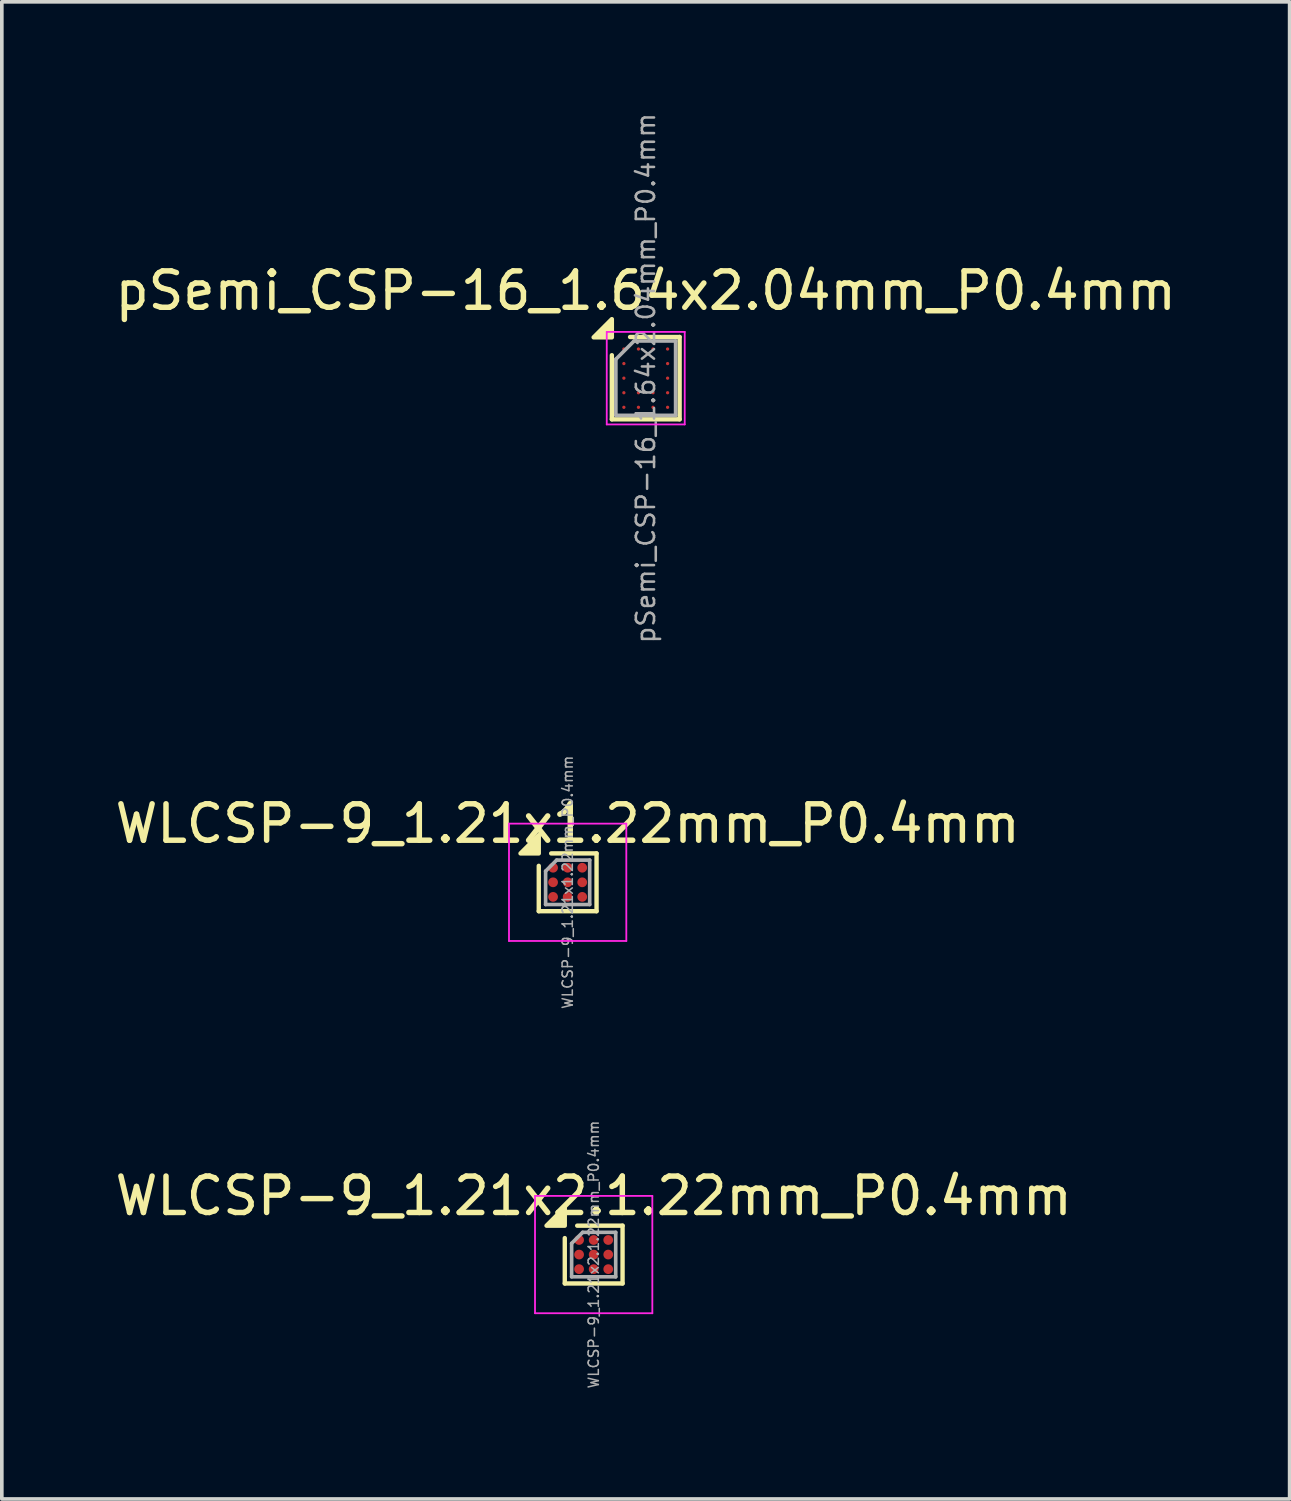
<source format=kicad_pcb>
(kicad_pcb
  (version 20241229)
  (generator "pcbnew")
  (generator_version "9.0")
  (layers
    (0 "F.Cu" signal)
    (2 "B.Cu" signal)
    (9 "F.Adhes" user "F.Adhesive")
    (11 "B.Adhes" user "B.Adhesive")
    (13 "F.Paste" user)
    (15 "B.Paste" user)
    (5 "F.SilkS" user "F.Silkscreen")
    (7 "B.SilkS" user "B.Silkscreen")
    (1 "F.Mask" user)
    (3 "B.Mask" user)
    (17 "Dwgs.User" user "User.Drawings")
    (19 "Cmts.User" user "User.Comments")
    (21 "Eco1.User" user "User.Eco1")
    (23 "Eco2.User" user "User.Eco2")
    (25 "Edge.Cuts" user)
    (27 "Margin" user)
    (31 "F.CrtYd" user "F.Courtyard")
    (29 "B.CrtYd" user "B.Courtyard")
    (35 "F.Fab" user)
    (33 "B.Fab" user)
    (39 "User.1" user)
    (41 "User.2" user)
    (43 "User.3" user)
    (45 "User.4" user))
  (footprint "pSemi_CSP-16_1.64x2.04mm_P0.4mm"
    (layer "F.Cu")
    (at 14.673 7.329)
    (property "Reference" "pSemi_CSP-16_1.64x2.04mm_P0.4mm" (at 0 -2.4 0) (layer "F.SilkS") (effects (font (size 1 1) (thickness 0.15))))
    (attr smd)
    (fp_line (start -0.93 -0.63) (end -0.93 1.13) (stroke (width 0.12) (type solid)) (layer "F.SilkS"))
    (fp_line (start 0.93 -1.13) (end -0.43 -1.13) (stroke (width 0.12) (type solid)) (layer "F.SilkS"))
    (fp_line (start 0.93 -1.13) (end 0.93 1.13) (stroke (width 0.12) (type solid)) (layer "F.SilkS"))
    (fp_line (start 0.93 1.13) (end -0.93 1.13) (stroke (width 0.12) (type solid)) (layer "F.SilkS"))
    (fp_poly (pts (xy -0.93 -1.12) (xy -1.43 -1.12) (xy -0.93 -1.62) (xy -0.93 -1.12)) (stroke (width 0.12) (type solid)) (fill yes) (layer "F.SilkS"))
    (fp_line (start -1.07 -1.27) (end -1.07 1.27) (stroke (width 0.05) (type solid)) (layer "F.CrtYd"))
    (fp_line (start 1.07 -1.27) (end -1.07 -1.27) (stroke (width 0.05) (type solid)) (layer "F.CrtYd"))
    (fp_line (start 1.07 -1.27) (end 1.07 1.27) (stroke (width 0.05) (type solid)) (layer "F.CrtYd"))
    (fp_line (start 1.07 1.27) (end -1.07 1.27) (stroke (width 0.05) (type solid)) (layer "F.CrtYd"))
    (fp_line (start -0.82 1.02) (end -0.82 -0.52) (stroke (width 0.1) (type solid)) (layer "F.Fab"))
    (fp_line (start -0.32 -1.02) (end -0.82 -0.52) (stroke (width 0.1) (type solid)) (layer "F.Fab"))
    (fp_line (start -0.32 -1.02) (end 0.82 -1.02) (stroke (width 0.1) (type solid)) (layer "F.Fab"))
    (fp_line (start 0.82 -1.02) (end 0.82 1.02) (stroke (width 0.1) (type solid)) (layer "F.Fab"))
    (fp_line (start 0.82 1.02) (end -0.82 1.02) (stroke (width 0.1) (type solid)) (layer "F.Fab"))
    (fp_text user "${REFERENCE}" (at 0 0 90) (layer "F.Fab") (effects (font (size 0.5 0.5) (thickness 0.07))))
    (pad "1" smd circle (at -0.6 -0.8) (size 0.09 0.09) (property pad_prop_bga) (layers "F.Cu" "F.Mask" "F.Paste"))
    (pad "2" smd circle (at -0.6 -0.4) (size 0.09 0.09) (property pad_prop_bga) (layers "F.Cu" "F.Mask" "F.Paste"))
    (pad "3" smd circle (at -0.6 0) (size 0.09 0.09) (property pad_prop_bga) (layers "F.Cu" "F.Mask" "F.Paste"))
    (pad "4" smd circle (at -0.6 0.4) (size 0.09 0.09) (property pad_prop_bga) (layers "F.Cu" "F.Mask" "F.Paste"))
    (pad "5" smd circle (at -0.6 0.8) (size 0.09 0.09) (property pad_prop_bga) (layers "F.Cu" "F.Mask" "F.Paste"))
    (pad "6" smd circle (at -0.2 -0.8) (size 0.09 0.09) (property pad_prop_bga) (layers "F.Cu" "F.Mask" "F.Paste"))
    (pad "7" smd circle (at -0.2 0.4) (size 0.09 0.09) (property pad_prop_bga) (layers "F.Cu" "F.Mask" "F.Paste"))
    (pad "8" smd circle (at -0.2 0.8) (size 0.09 0.09) (property pad_prop_bga) (layers "F.Cu" "F.Mask" "F.Paste"))
    (pad "9" smd circle (at 0.2 -0.8) (size 0.09 0.09) (property pad_prop_bga) (layers "F.Cu" "F.Mask" "F.Paste"))
    (pad "10" smd circle (at 0.2 0.4) (size 0.09 0.09) (property pad_prop_bga) (layers "F.Cu" "F.Mask" "F.Paste"))
    (pad "11" smd circle (at 0.2 0.8) (size 0.09 0.09) (property pad_prop_bga) (layers "F.Cu" "F.Mask" "F.Paste"))
    (pad "12" smd circle (at 0.6 -0.8) (size 0.09 0.09) (property pad_prop_bga) (layers "F.Cu" "F.Mask" "F.Paste"))
    (pad "13" smd circle (at 0.6 -0.4) (size 0.09 0.09) (property pad_prop_bga) (layers "F.Cu" "F.Mask" "F.Paste"))
    (pad "14" smd circle (at 0.6 0) (size 0.09 0.09) (property pad_prop_bga) (layers "F.Cu" "F.Mask" "F.Paste"))
    (pad "15" smd circle (at 0.6 0.4) (size 0.09 0.09) (property pad_prop_bga) (layers "F.Cu" "F.Mask" "F.Paste"))
    (pad "16" smd circle (at 0.6 0.8) (size 0.09 0.09) (property pad_prop_bga) (layers "F.Cu" "F.Mask" "F.Paste")))
  (footprint "WLCSP-9_1.21x1.22mm_P0.4mm"
    (layer "F.Cu")
    (at 12.53 21.166)
    (property "Reference" "WLCSP-9_1.21x1.22mm_P0.4mm" (at 0 -1.61 0) (layer "F.SilkS") (effects (font (size 1 1) (thickness 0.15))))
    (attr smd)
    (fp_line (start -0.793 0.793) (end -0.793 -0.452) (stroke (width 0.12) (type solid)) (layer "F.SilkS"))
    (fp_line (start -0.452 -0.793) (end 0.793 -0.793) (stroke (width 0.12) (type solid)) (layer "F.SilkS"))
    (fp_line (start 0.793 -0.793) (end 0.793 0.793) (stroke (width 0.12) (type solid)) (layer "F.SilkS"))
    (fp_line (start 0.793 0.793) (end -0.793 0.793) (stroke (width 0.12) (type solid)) (layer "F.SilkS"))
    (fp_poly (pts (xy -0.793 -0.793) (xy -1.294 -0.793) (xy -0.793 -1.294) (xy -0.793 -0.793)) (stroke (width 0.12) (type solid)) (fill yes) (layer "F.SilkS"))
    (fp_line (start -1.61 -1.61) (end -1.61 1.61) (stroke (width 0.05) (type solid)) (layer "F.CrtYd"))
    (fp_line (start -1.61 1.61) (end 1.61 1.61) (stroke (width 0.05) (type solid)) (layer "F.CrtYd"))
    (fp_line (start 1.61 -1.61) (end -1.61 -1.61) (stroke (width 0.05) (type solid)) (layer "F.CrtYd"))
    (fp_line (start 1.61 1.61) (end 1.61 -1.61) (stroke (width 0.05) (type solid)) (layer "F.CrtYd"))
    (fp_line (start -0.605 -0.307) (end -0.302 -0.61) (stroke (width 0.1) (type solid)) (layer "F.Fab"))
    (fp_line (start -0.605 0.61) (end -0.605 -0.307) (stroke (width 0.1) (type solid)) (layer "F.Fab"))
    (fp_line (start -0.302 -0.61) (end 0.605 -0.61) (stroke (width 0.1) (type solid)) (layer "F.Fab"))
    (fp_line (start 0.605 -0.61) (end 0.605 0.61) (stroke (width 0.1) (type solid)) (layer "F.Fab"))
    (fp_line (start 0.605 0.61) (end -0.605 0.61) (stroke (width 0.1) (type solid)) (layer "F.Fab"))
    (fp_text user "${REFERENCE}" (at 0 0 270) (layer "F.Fab") (effects (font (size 0.28 0.28) (thickness 0.042))))
    (pad "A1" smd circle (at -0.4 -0.4) (size 0.267 0.267) (property pad_prop_bga) (layers "F.Cu" "F.Mask" "F.Paste"))
    (pad "A2" smd circle (at 0 -0.4) (size 0.267 0.267) (property pad_prop_bga) (layers "F.Cu" "F.Mask" "F.Paste"))
    (pad "A3" smd circle (at 0.4 -0.4) (size 0.267 0.267) (property pad_prop_bga) (layers "F.Cu" "F.Mask" "F.Paste"))
    (pad "B1" smd circle (at -0.4 0) (size 0.267 0.267) (property pad_prop_bga) (layers "F.Cu" "F.Mask" "F.Paste"))
    (pad "B2" smd circle (at 0 0) (size 0.267 0.267) (property pad_prop_bga) (layers "F.Cu" "F.Mask" "F.Paste"))
    (pad "B3" smd circle (at 0.4 0) (size 0.267 0.267) (property pad_prop_bga) (layers "F.Cu" "F.Mask" "F.Paste"))
    (pad "C1" smd circle (at -0.4 0.4) (size 0.267 0.267) (property pad_prop_bga) (layers "F.Cu" "F.Mask" "F.Paste"))
    (pad "C2" smd circle (at 0 0.4) (size 0.267 0.267) (property pad_prop_bga) (layers "F.Cu" "F.Mask" "F.Paste"))
    (pad "C3" smd circle (at 0.4 0.4) (size 0.267 0.267) (property pad_prop_bga) (layers "F.Cu" "F.Mask" "F.Paste")))
  (footprint "WLCSP-9_1.21x2.1.22mm_P0.4mm"
    (layer "F.Cu")
    (at 13.244 31.383)
    (property "Reference" "WLCSP-9_1.21x2.1.22mm_P0.4mm" (at 0 -1.61 0) (layer "F.SilkS") (effects (font (size 1 1) (thickness 0.15))))
    (attr smd)
    (fp_line (start -0.793 0.793) (end -0.793 -0.452) (stroke (width 0.12) (type solid)) (layer "F.SilkS"))
    (fp_line (start -0.452 -0.793) (end 0.793 -0.793) (stroke (width 0.12) (type solid)) (layer "F.SilkS"))
    (fp_line (start 0.793 -0.793) (end 0.793 0.793) (stroke (width 0.12) (type solid)) (layer "F.SilkS"))
    (fp_line (start 0.793 0.793) (end -0.793 0.793) (stroke (width 0.12) (type solid)) (layer "F.SilkS"))
    (fp_poly (pts (xy -0.793 -0.793) (xy -1.294 -0.793) (xy -0.793 -1.294) (xy -0.793 -0.793)) (stroke (width 0.12) (type solid)) (fill yes) (layer "F.SilkS"))
    (fp_line (start -1.61 -1.61) (end -1.61 1.61) (stroke (width 0.05) (type solid)) (layer "F.CrtYd"))
    (fp_line (start -1.61 1.61) (end 1.61 1.61) (stroke (width 0.05) (type solid)) (layer "F.CrtYd"))
    (fp_line (start 1.61 -1.61) (end -1.61 -1.61) (stroke (width 0.05) (type solid)) (layer "F.CrtYd"))
    (fp_line (start 1.61 1.61) (end 1.61 -1.61) (stroke (width 0.05) (type solid)) (layer "F.CrtYd"))
    (fp_line (start -0.605 -0.307) (end -0.302 -0.61) (stroke (width 0.1) (type solid)) (layer "F.Fab"))
    (fp_line (start -0.605 0.61) (end -0.605 -0.307) (stroke (width 0.1) (type solid)) (layer "F.Fab"))
    (fp_line (start -0.302 -0.61) (end 0.605 -0.61) (stroke (width 0.1) (type solid)) (layer "F.Fab"))
    (fp_line (start 0.605 -0.61) (end 0.605 0.61) (stroke (width 0.1) (type solid)) (layer "F.Fab"))
    (fp_line (start 0.605 0.61) (end -0.605 0.61) (stroke (width 0.1) (type solid)) (layer "F.Fab"))
    (fp_text user "${REFERENCE}" (at 0 0 270) (layer "F.Fab") (effects (font (size 0.28 0.28) (thickness 0.042))))
    (pad "A1" smd circle (at -0.4 -0.4) (size 0.267 0.267) (property pad_prop_bga) (layers "F.Cu" "F.Mask" "F.Paste"))
    (pad "A2" smd circle (at 0 -0.4) (size 0.267 0.267) (property pad_prop_bga) (layers "F.Cu" "F.Mask" "F.Paste"))
    (pad "A3" smd circle (at 0.4 -0.4) (size 0.267 0.267) (property pad_prop_bga) (layers "F.Cu" "F.Mask" "F.Paste"))
    (pad "B1" smd circle (at -0.4 0) (size 0.267 0.267) (property pad_prop_bga) (layers "F.Cu" "F.Mask" "F.Paste"))
    (pad "B2" smd circle (at 0 0) (size 0.267 0.267) (property pad_prop_bga) (layers "F.Cu" "F.Mask" "F.Paste"))
    (pad "B3" smd circle (at 0.4 0) (size 0.267 0.267) (property pad_prop_bga) (layers "F.Cu" "F.Mask" "F.Paste"))
    (pad "C1" smd circle (at -0.4 0.4) (size 0.267 0.267) (property pad_prop_bga) (layers "F.Cu" "F.Mask" "F.Paste"))
    (pad "C2" smd circle (at 0 0.4) (size 0.267 0.267) (property pad_prop_bga) (layers "F.Cu" "F.Mask" "F.Paste"))
    (pad "C3" smd circle (at 0.4 0.4) (size 0.267 0.267) (property pad_prop_bga) (layers "F.Cu" "F.Mask" "F.Paste")))
  (gr_rect
    (start -3 -3)
    (end 32.345 38.091)
    (stroke (width 0.1) (type default))
    (fill no)
    (layer "Edge.Cuts")))
</source>
